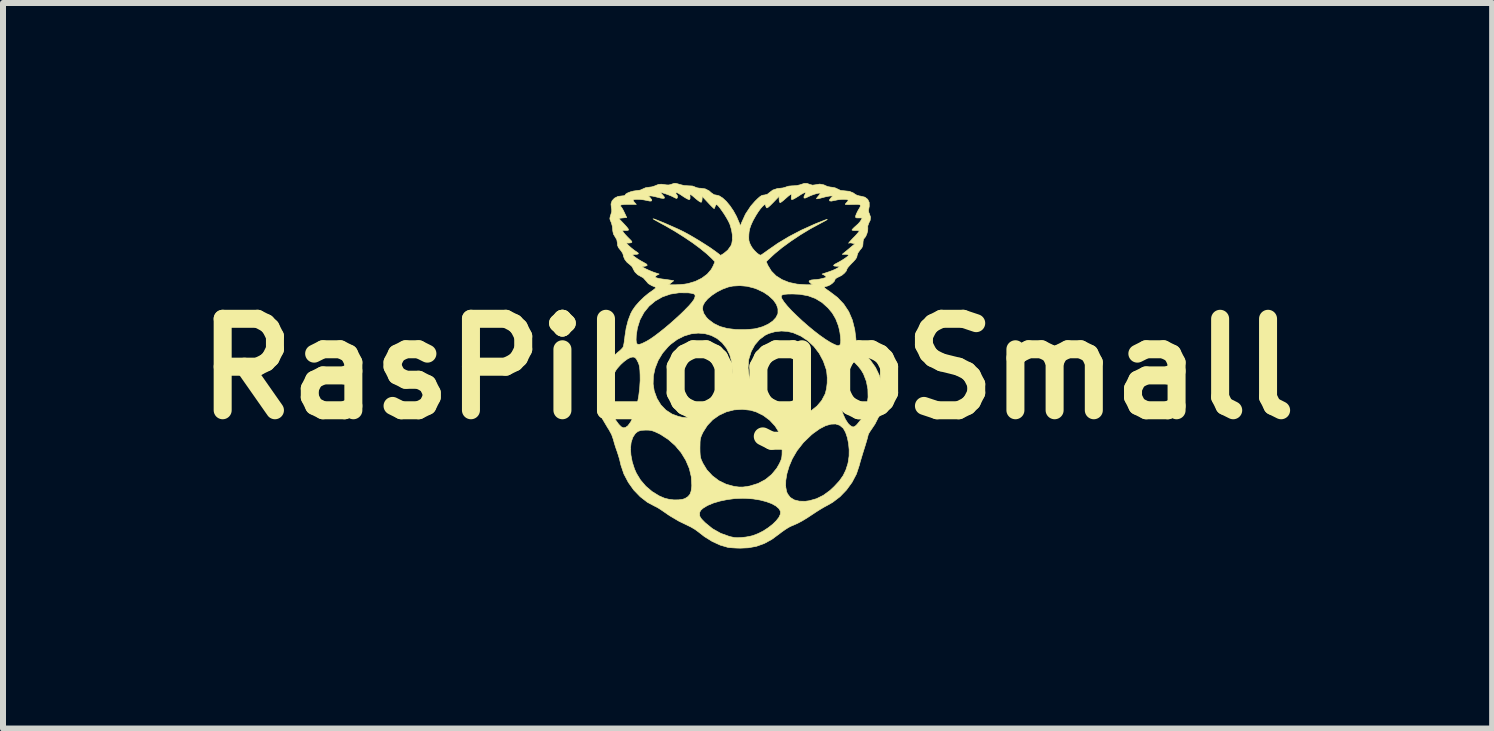
<source format=kicad_pcb>
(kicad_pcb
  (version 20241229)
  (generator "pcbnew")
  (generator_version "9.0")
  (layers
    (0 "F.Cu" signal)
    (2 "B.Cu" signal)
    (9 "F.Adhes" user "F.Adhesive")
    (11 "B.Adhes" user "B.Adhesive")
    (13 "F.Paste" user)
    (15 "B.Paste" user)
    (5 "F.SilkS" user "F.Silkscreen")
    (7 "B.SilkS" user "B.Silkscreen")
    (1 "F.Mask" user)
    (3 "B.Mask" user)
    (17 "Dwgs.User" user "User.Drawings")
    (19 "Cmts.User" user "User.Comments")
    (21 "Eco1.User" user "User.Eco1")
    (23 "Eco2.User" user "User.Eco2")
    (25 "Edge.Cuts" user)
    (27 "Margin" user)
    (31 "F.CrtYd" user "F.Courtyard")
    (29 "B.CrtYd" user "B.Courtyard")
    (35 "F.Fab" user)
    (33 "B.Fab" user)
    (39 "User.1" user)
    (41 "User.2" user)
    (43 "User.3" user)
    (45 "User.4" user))
  (footprint "RasPiLogoSmall"
    (layer "F.Cu")
    (at 9.184 3.022)
    (property "Reference" "RasPiLogoSmall" (at 0.221 0.074 0) (layer "F.SilkS") (effects (font (size 1.524 1.524) (thickness 0.3))))
    (attr through_hole)
    (fp_poly (pts (xy -0.934 -3.007) (xy -0.913 -3) (xy -0.837 -2.981) (xy -0.762 -2.976) (xy -0.698 -2.973) (xy -0.657 -2.958) (xy -0.656 -2.957) (xy -0.624 -2.944) (xy -0.578 -2.936) (xy -0.56 -2.936) (xy -0.483 -2.925) (xy -0.419 -2.892) (xy -0.382 -2.859) (xy -0.337 -2.828) (xy -0.303 -2.822) (xy -0.251 -2.809) (xy -0.194 -2.773) (xy -0.133 -2.717) (xy -0.073 -2.645) (xy -0.015 -2.56) (xy 0.037 -2.466) (xy 0.08 -2.365) (xy 0.084 -2.357) (xy 0.101 -2.307) (xy 0.121 -2.36) (xy 0.187 -2.505) (xy 0.275 -2.638) (xy 0.347 -2.72) (xy 0.396 -2.768) (xy 0.431 -2.798) (xy 0.458 -2.815) (xy 0.482 -2.821) (xy 0.497 -2.822) (xy 0.549 -2.834) (xy 0.578 -2.857) (xy 0.641 -2.905) (xy 0.718 -2.931) (xy 0.761 -2.935) (xy 0.811 -2.941) (xy 0.856 -2.954) (xy 0.862 -2.957) (xy 0.908 -2.971) (xy 0.967 -2.976) (xy 0.978 -2.976) (xy 1.039 -2.98) (xy 1.096 -2.993) (xy 1.106 -2.997) (xy 1.165 -3.016) (xy 1.213 -3.016) (xy 1.259 -2.999) (xy 1.303 -2.987) (xy 1.344 -2.992) (xy 1.424 -3.005) (xy 1.493 -2.992) (xy 1.517 -2.98) (xy 1.559 -2.963) (xy 1.61 -2.954) (xy 1.622 -2.953) (xy 1.681 -2.942) (xy 1.724 -2.922) (xy 1.772 -2.899) (xy 1.833 -2.893) (xy 1.919 -2.884) (xy 1.986 -2.856) (xy 2.011 -2.837) (xy 2.042 -2.82) (xy 2.087 -2.807) (xy 2.107 -2.804) (xy 2.176 -2.787) (xy 2.223 -2.751) (xy 2.248 -2.7) (xy 2.249 -2.635) (xy 2.244 -2.61) (xy 2.236 -2.566) (xy 2.242 -2.53) (xy 2.25 -2.513) (xy 2.27 -2.455) (xy 2.264 -2.4) (xy 2.244 -2.361) (xy 2.224 -2.307) (xy 2.225 -2.268) (xy 2.223 -2.227) (xy 2.209 -2.177) (xy 2.189 -2.131) (xy 2.165 -2.1) (xy 2.159 -2.096) (xy 2.151 -2.077) (xy 2.145 -2.041) (xy 2.145 -2.024) (xy 2.141 -1.98) (xy 2.126 -1.944) (xy 2.095 -1.907) (xy 2.06 -1.857) (xy 2.046 -1.815) (xy 2.046 -1.813) (xy 2.04 -1.785) (xy 2.019 -1.752) (xy 1.98 -1.708) (xy 1.961 -1.69) (xy 1.923 -1.65) (xy 1.893 -1.615) (xy 1.878 -1.592) (xy 1.877 -1.588) (xy 1.865 -1.556) (xy 1.835 -1.521) (xy 1.793 -1.486) (xy 1.746 -1.461) (xy 1.742 -1.46) (xy 1.705 -1.441) (xy 1.682 -1.423) (xy 1.679 -1.415) (xy 1.668 -1.388) (xy 1.638 -1.356) (xy 1.599 -1.327) (xy 1.558 -1.308) (xy 1.544 -1.304) (xy 1.512 -1.296) (xy 1.496 -1.287) (xy 1.496 -1.286) (xy 1.507 -1.274) (xy 1.536 -1.251) (xy 1.578 -1.222) (xy 1.591 -1.213) (xy 1.72 -1.115) (xy 1.824 -1.005) (xy 1.907 -0.88) (xy 1.967 -0.74) (xy 2.007 -0.581) (xy 2.025 -0.439) (xy 2.035 -0.306) (xy 2.154 -0.192) (xy 2.266 -0.072) (xy 2.353 0.05) (xy 2.416 0.18) (xy 2.458 0.32) (xy 2.463 0.348) (xy 2.479 0.454) (xy 2.482 0.548) (xy 2.472 0.645) (xy 2.461 0.701) (xy 2.417 0.85) (xy 2.345 0.993) (xy 2.292 1.072) (xy 2.262 1.116) (xy 2.239 1.154) (xy 2.23 1.178) (xy 2.23 1.179) (xy 2.225 1.2) (xy 2.214 1.242) (xy 2.197 1.3) (xy 2.176 1.369) (xy 2.168 1.394) (xy 2.143 1.474) (xy 2.119 1.553) (xy 2.098 1.624) (xy 2.084 1.678) (xy 2.082 1.684) (xy 2.035 1.826) (xy 1.962 1.964) (xy 1.87 2.091) (xy 1.761 2.204) (xy 1.639 2.297) (xy 1.552 2.347) (xy 1.503 2.373) (xy 1.44 2.41) (xy 1.371 2.453) (xy 1.309 2.494) (xy 1.212 2.558) (xy 1.129 2.608) (xy 1.054 2.648) (xy 0.979 2.681) (xy 0.945 2.695) (xy 0.904 2.716) (xy 0.85 2.75) (xy 0.79 2.792) (xy 0.754 2.82) (xy 0.625 2.915) (xy 0.498 2.984) (xy 0.369 3.03) (xy 0.233 3.055) (xy 0.1 3.061) (xy 0.031 3.059) (xy -0.034 3.055) (xy -0.085 3.051) (xy -0.106 3.048) (xy -0.235 3.01) (xy -0.368 2.949) (xy -0.498 2.868) (xy -0.593 2.794) (xy -0.651 2.751) (xy -0.72 2.71) (xy -0.777 2.682) (xy -0.922 2.612) (xy -1.073 2.523) (xy -1.114 2.495) (xy -0.579 2.495) (xy -0.576 2.522) (xy -0.566 2.547) (xy -0.545 2.576) (xy -0.508 2.614) (xy -0.483 2.639) (xy -0.363 2.737) (xy -0.226 2.814) (xy -0.078 2.867) (xy 0 2.884) (xy 0.05 2.887) (xy 0.118 2.884) (xy 0.193 2.876) (xy 0.264 2.863) (xy 0.312 2.851) (xy 0.4 2.817) (xy 0.486 2.773) (xy 0.567 2.72) (xy 0.64 2.663) (xy 0.699 2.605) (xy 0.744 2.548) (xy 0.768 2.495) (xy 0.771 2.45) (xy 0.745 2.403) (xy 0.695 2.359) (xy 0.623 2.319) (xy 0.533 2.286) (xy 0.429 2.259) (xy 0.313 2.24) (xy 0.19 2.231) (xy 0.135 2.23) (xy 0.008 2.235) (xy -0.119 2.252) (xy -0.24 2.277) (xy -0.351 2.31) (xy -0.446 2.35) (xy -0.518 2.394) (xy -0.526 2.4) (xy -0.56 2.432) (xy -0.575 2.462) (xy -0.579 2.495) (xy -1.114 2.495) (xy -1.174 2.454) (xy -1.225 2.419) (xy -1.274 2.388) (xy -1.313 2.367) (xy -1.317 2.366) (xy -1.447 2.297) (xy -1.567 2.204) (xy -1.675 2.092) (xy -1.766 1.964) (xy -1.839 1.825) (xy -1.889 1.677) (xy -1.897 1.642) (xy -1.912 1.579) (xy -1.934 1.506) (xy -1.957 1.436) (xy -1.959 1.432) (xy -1.97 1.4) (xy -1.729 1.4) (xy -1.722 1.509) (xy -1.7 1.625) (xy -1.662 1.743) (xy -1.631 1.813) (xy -1.563 1.925) (xy -1.474 2.029) (xy -1.368 2.119) (xy -1.252 2.19) (xy -1.164 2.228) (xy -1.088 2.247) (xy -1.006 2.257) (xy -0.926 2.256) (xy -0.857 2.246) (xy -0.819 2.233) (xy -0.771 2.202) (xy -0.738 2.163) (xy -0.719 2.11) (xy -0.709 2.037) (xy -0.708 2.013) (xy -0.716 1.873) (xy -0.749 1.734) (xy -0.807 1.598) (xy -0.885 1.47) (xy -0.953 1.389) (xy -0.572 1.389) (xy -0.571 1.46) (xy -0.568 1.511) (xy -0.562 1.55) (xy -0.551 1.586) (xy -0.532 1.627) (xy -0.527 1.64) (xy -0.457 1.756) (xy -0.365 1.855) (xy -0.257 1.937) (xy -0.135 1.996) (xy -0.007 2.031) (xy 0.073 2.042) (xy 0.142 2.043) (xy 0.212 2.034) (xy 0.856 2.034) (xy 0.872 2.12) (xy 0.887 2.155) (xy 0.933 2.216) (xy 0.999 2.257) (xy 1.083 2.278) (xy 1.183 2.28) (xy 1.25 2.271) (xy 1.37 2.237) (xy 1.485 2.18) (xy 1.597 2.098) (xy 1.666 2.033) (xy 1.751 1.941) (xy 1.814 1.852) (xy 1.859 1.759) (xy 1.892 1.656) (xy 1.899 1.623) (xy 1.913 1.525) (xy 1.914 1.421) (xy 1.904 1.317) (xy 1.884 1.219) (xy 1.855 1.133) (xy 1.819 1.068) (xy 1.812 1.06) (xy 1.757 1.014) (xy 1.689 0.992) (xy 1.61 0.995) (xy 1.521 1.021) (xy 1.424 1.071) (xy 1.321 1.144) (xy 1.287 1.171) (xy 1.152 1.301) (xy 1.044 1.439) (xy 0.966 1.573) (xy 0.913 1.699) (xy 0.877 1.82) (xy 0.858 1.933) (xy 0.856 2.034) (xy 0.212 2.034) (xy 0.215 2.034) (xy 0.261 2.025) (xy 0.397 1.983) (xy 0.518 1.919) (xy 0.622 1.834) (xy 0.707 1.731) (xy 0.749 1.658) (xy 0.77 1.614) (xy 0.784 1.579) (xy 0.792 1.544) (xy 0.796 1.501) (xy 0.797 1.443) (xy 0.797 1.397) (xy 0.797 1.326) (xy 0.795 1.275) (xy 0.789 1.236) (xy 0.779 1.201) (xy 0.762 1.163) (xy 0.749 1.136) (xy 0.68 1.026) (xy 0.59 0.929) (xy 0.483 0.849) (xy 0.365 0.791) (xy 0.271 0.763) (xy 0.133 0.748) (xy -0.003 0.757) (xy -0.132 0.79) (xy -0.252 0.846) (xy -0.359 0.921) (xy -0.449 1.016) (xy -0.519 1.126) (xy -0.542 1.174) (xy -0.557 1.212) (xy -0.566 1.248) (xy -0.57 1.291) (xy -0.571 1.348) (xy -0.572 1.389) (xy -0.953 1.389) (xy -0.983 1.353) (xy -1.098 1.251) (xy -1.228 1.166) (xy -1.27 1.145) (xy -1.329 1.118) (xy -1.376 1.102) (xy -1.422 1.095) (xy -1.477 1.094) (xy -1.552 1.098) (xy -1.606 1.116) (xy -1.648 1.15) (xy -1.684 1.204) (xy -1.693 1.221) (xy -1.719 1.302) (xy -1.729 1.4) (xy -1.97 1.4) (xy -1.981 1.368) (xy -2.001 1.302) (xy -2.016 1.247) (xy -2.018 1.242) (xy -2.043 1.17) (xy -2.087 1.089) (xy -2.106 1.06) (xy -2.192 0.915) (xy -2.249 0.77) (xy -2.278 0.623) (xy -2.28 0.515) (xy -2.093 0.515) (xy -2.084 0.646) (xy -2.058 0.76) (xy -2.014 0.864) (xy -1.974 0.93) (xy -1.926 0.996) (xy -1.885 1.038) (xy -1.849 1.056) (xy -1.814 1.051) (xy -1.777 1.025) (xy -1.771 1.02) (xy -1.727 0.96) (xy -1.685 0.877) (xy -1.648 0.775) (xy -1.617 0.658) (xy -1.593 0.532) (xy -1.576 0.4) (xy -1.572 0.326) (xy -1.352 0.326) (xy -1.334 0.442) (xy -1.288 0.567) (xy -1.223 0.674) (xy -1.139 0.761) (xy -1.037 0.827) (xy -0.931 0.866) (xy -0.86 0.882) (xy -0.796 0.887) (xy -0.727 0.881) (xy -0.66 0.868) (xy -0.527 0.826) (xy -0.403 0.757) (xy -0.289 0.662) (xy -0.269 0.641) (xy -0.172 0.521) (xy -0.099 0.392) (xy -0.052 0.258) (xy -0.032 0.12) (xy -0.035 0.06) (xy 0.23 0.06) (xy 0.247 0.192) (xy 0.287 0.321) (xy 0.348 0.444) (xy 0.427 0.558) (xy 0.524 0.658) (xy 0.635 0.74) (xy 0.757 0.803) (xy 0.79 0.815) (xy 0.893 0.839) (xy 1.003 0.847) (xy 1.11 0.837) (xy 1.179 0.819) (xy 1.285 0.768) (xy 1.378 0.694) (xy 1.456 0.602) (xy 1.512 0.496) (xy 1.518 0.48) (xy 1.537 0.403) (xy 1.548 0.31) (xy 1.549 0.213) (xy 1.548 0.205) (xy 1.706 0.205) (xy 1.711 0.341) (xy 1.726 0.475) (xy 1.748 0.603) (xy 1.777 0.723) (xy 1.813 0.829) (xy 1.853 0.917) (xy 1.897 0.984) (xy 1.928 1.015) (xy 1.963 1.038) (xy 1.991 1.041) (xy 2.021 1.023) (xy 2.046 0.999) (xy 2.121 0.906) (xy 2.176 0.796) (xy 2.213 0.673) (xy 2.229 0.544) (xy 2.226 0.412) (xy 2.201 0.282) (xy 2.154 0.16) (xy 2.15 0.152) (xy 2.114 0.092) (xy 2.067 0.032) (xy 2.013 -0.025) (xy 1.957 -0.076) (xy 1.904 -0.115) (xy 1.856 -0.14) (xy 1.819 -0.147) (xy 1.812 -0.146) (xy 1.773 -0.121) (xy 1.744 -0.078) (xy 1.724 -0.016) (xy 1.711 0.069) (xy 1.707 0.178) (xy 1.706 0.205) (xy 1.548 0.205) (xy 1.54 0.123) (xy 1.533 0.085) (xy 1.484 -0.056) (xy 1.415 -0.185) (xy 1.327 -0.3) (xy 1.223 -0.397) (xy 1.107 -0.474) (xy 0.981 -0.528) (xy 0.888 -0.55) (xy 0.785 -0.557) (xy 0.677 -0.545) (xy 0.575 -0.516) (xy 0.513 -0.486) (xy 0.419 -0.415) (xy 0.341 -0.324) (xy 0.282 -0.215) (xy 0.244 -0.093) (xy 0.239 -0.071) (xy 0.23 0.06) (xy -0.035 0.06) (xy -0.039 -0.02) (xy -0.041 -0.036) (xy -0.076 -0.163) (xy -0.13 -0.271) (xy -0.201 -0.361) (xy -0.286 -0.432) (xy -0.383 -0.483) (xy -0.489 -0.513) (xy -0.601 -0.522) (xy -0.717 -0.51) (xy -0.834 -0.475) (xy -0.95 -0.417) (xy -1.061 -0.335) (xy -1.102 -0.296) (xy -1.195 -0.188) (xy -1.268 -0.067) (xy -1.319 0.062) (xy -1.348 0.194) (xy -1.352 0.326) (xy -1.572 0.326) (xy -1.568 0.267) (xy -1.569 0.178) (xy -1.572 0.103) (xy -1.577 0.049) (xy -1.586 0.007) (xy -1.599 -0.029) (xy -1.609 -0.049) (xy -1.632 -0.092) (xy -1.653 -0.114) (xy -1.679 -0.123) (xy -1.688 -0.124) (xy -1.729 -0.117) (xy -1.781 -0.09) (xy -1.838 -0.048) (xy -1.895 0.004) (xy -1.948 0.064) (xy -1.97 0.094) (xy -2.031 0.2) (xy -2.07 0.308) (xy -2.09 0.426) (xy -2.093 0.515) (xy -2.28 0.515) (xy -2.281 0.474) (xy -2.269 0.385) (xy -2.232 0.238) (xy -2.175 0.099) (xy -2.102 -0.027) (xy -2.014 -0.135) (xy -1.945 -0.198) (xy -1.903 -0.233) (xy -1.87 -0.266) (xy -1.853 -0.287) (xy -1.845 -0.313) (xy -1.836 -0.36) (xy -1.829 -0.41) (xy -1.636 -0.41) (xy -1.631 -0.362) (xy -1.615 -0.337) (xy -1.585 -0.333) (xy -1.538 -0.348) (xy -1.471 -0.381) (xy -1.466 -0.383) (xy -1.404 -0.42) (xy -1.33 -0.471) (xy -1.247 -0.534) (xy -1.159 -0.604) (xy -1.069 -0.68) (xy -0.981 -0.758) (xy -0.896 -0.836) (xy -0.82 -0.91) (xy -0.813 -0.918) (xy -0.529 -0.918) (xy -0.509 -0.851) (xy -0.465 -0.785) (xy -0.431 -0.75) (xy -0.341 -0.682) (xy -0.238 -0.632) (xy -0.117 -0.599) (xy 0.023 -0.582) (xy 0.113 -0.58) (xy 0.19 -0.581) (xy 0.267 -0.586) (xy 0.335 -0.593) (xy 0.369 -0.599) (xy 0.474 -0.629) (xy 0.565 -0.671) (xy 0.64 -0.722) (xy 0.694 -0.78) (xy 0.725 -0.842) (xy 0.728 -0.854) (xy 0.728 -0.927) (xy 0.702 -1.001) (xy 0.652 -1.073) (xy 0.58 -1.14) (xy 0.578 -1.142) (xy 0.783 -1.142) (xy 0.784 -1.118) (xy 0.795 -1.092) (xy 0.831 -1.037) (xy 0.886 -0.97) (xy 0.957 -0.893) (xy 1.041 -0.811) (xy 1.133 -0.725) (xy 1.23 -0.64) (xy 1.328 -0.559) (xy 1.424 -0.485) (xy 1.513 -0.422) (xy 1.593 -0.372) (xy 1.629 -0.352) (xy 1.682 -0.327) (xy 1.717 -0.314) (xy 1.74 -0.314) (xy 1.757 -0.324) (xy 1.764 -0.331) (xy 1.772 -0.359) (xy 1.774 -0.407) (xy 1.769 -0.469) (xy 1.759 -0.54) (xy 1.743 -0.612) (xy 1.733 -0.649) (xy 1.69 -0.76) (xy 1.633 -0.857) (xy 1.562 -0.942) (xy 1.462 -1.032) (xy 1.352 -1.099) (xy 1.23 -1.144) (xy 1.092 -1.169) (xy 0.976 -1.174) (xy 0.892 -1.173) (xy 0.834 -1.168) (xy 0.799 -1.158) (xy 0.783 -1.142) (xy 0.578 -1.142) (xy 0.49 -1.202) (xy 0.381 -1.254) (xy 0.332 -1.272) (xy 0.216 -1.302) (xy 0.094 -1.313) (xy -0.024 -1.306) (xy -0.1 -1.29) (xy -0.195 -1.255) (xy -0.288 -1.208) (xy -0.371 -1.153) (xy -0.442 -1.094) (xy -0.494 -1.033) (xy -0.522 -0.98) (xy -0.529 -0.918) (xy -0.813 -0.918) (xy -0.755 -0.977) (xy -0.705 -1.035) (xy -0.672 -1.081) (xy -0.664 -1.097) (xy -0.652 -1.135) (xy -0.655 -1.161) (xy -0.677 -1.177) (xy -0.721 -1.187) (xy -0.766 -1.193) (xy -0.92 -1.194) (xy -1.064 -1.172) (xy -1.197 -1.126) (xy -1.316 -1.058) (xy -1.42 -0.971) (xy -1.505 -0.866) (xy -1.571 -0.744) (xy -1.614 -0.608) (xy -1.633 -0.484) (xy -1.636 -0.41) (xy -1.829 -0.41) (xy -1.827 -0.421) (xy -1.822 -0.47) (xy -1.801 -0.606) (xy -1.768 -0.734) (xy -1.725 -0.847) (xy -1.697 -0.9) (xy -1.647 -0.972) (xy -1.58 -1.048) (xy -1.503 -1.123) (xy -1.424 -1.188) (xy -1.395 -1.208) (xy -1.351 -1.239) (xy -1.32 -1.264) (xy -1.305 -1.279) (xy -1.305 -1.282) (xy -1.323 -1.292) (xy -1.357 -1.306) (xy -1.373 -1.312) (xy -1.432 -1.347) (xy -1.471 -1.393) (xy -1.516 -1.443) (xy -1.559 -1.467) (xy -1.609 -1.495) (xy -1.654 -1.539) (xy -1.684 -1.59) (xy -1.688 -1.602) (xy -1.705 -1.632) (xy -1.737 -1.661) (xy -1.743 -1.666) (xy -1.788 -1.703) (xy -1.824 -1.75) (xy -1.845 -1.798) (xy -1.849 -1.82) (xy -1.858 -1.849) (xy -1.881 -1.886) (xy -1.898 -1.907) (xy -1.93 -1.948) (xy -1.945 -1.985) (xy -1.947 -2.019) (xy -1.957 -2.078) (xy -1.986 -2.127) (xy -2.013 -2.172) (xy -2.024 -2.223) (xy -2.026 -2.249) (xy -2.032 -2.304) (xy -2.047 -2.358) (xy -2.054 -2.375) (xy -2.069 -2.409) (xy -2.073 -2.434) (xy -1.926 -2.434) (xy -1.836 -2.339) (xy -1.794 -2.293) (xy -1.77 -2.263) (xy -1.762 -2.245) (xy -1.767 -2.236) (xy -1.769 -2.235) (xy -1.801 -2.231) (xy -1.828 -2.233) (xy -1.853 -2.234) (xy -1.86 -2.224) (xy -1.847 -2.2) (xy -1.814 -2.161) (xy -1.777 -2.122) (xy -1.736 -2.081) (xy -1.712 -2.055) (xy -1.705 -2.04) (xy -1.71 -2.032) (xy -1.726 -2.027) (xy -1.728 -2.026) (xy -1.76 -2.022) (xy -1.779 -2.025) (xy -1.791 -2.024) (xy -1.792 -2.02) (xy -1.782 -2.003) (xy -1.755 -1.976) (xy -1.718 -1.943) (xy -1.677 -1.91) (xy -1.64 -1.884) (xy -1.633 -1.88) (xy -1.602 -1.857) (xy -1.598 -1.843) (xy -1.622 -1.835) (xy -1.644 -1.834) (xy -1.677 -1.832) (xy -1.693 -1.825) (xy -1.693 -1.824) (xy -1.682 -1.81) (xy -1.652 -1.787) (xy -1.61 -1.758) (xy -1.561 -1.728) (xy -1.512 -1.701) (xy -1.498 -1.693) (xy -1.46 -1.671) (xy -1.45 -1.653) (xy -1.468 -1.641) (xy -1.503 -1.634) (xy -1.526 -1.631) (xy -1.531 -1.625) (xy -1.516 -1.615) (xy -1.478 -1.595) (xy -1.475 -1.593) (xy -1.417 -1.566) (xy -1.353 -1.54) (xy -1.328 -1.531) (xy -1.251 -1.506) (xy -1.29 -1.486) (xy -1.315 -1.468) (xy -1.316 -1.453) (xy -1.291 -1.441) (xy -1.24 -1.429) (xy -1.19 -1.422) (xy -1.132 -1.415) (xy -1.081 -1.407) (xy -1.047 -1.402) (xy -1.044 -1.401) (xy -1.009 -1.395) (xy -1.094 -1.327) (xy -0.981 -1.327) (xy -0.91 -1.33) (xy -0.833 -1.337) (xy -0.771 -1.347) (xy -0.648 -1.384) (xy -0.541 -1.437) (xy -0.451 -1.504) (xy -0.384 -1.582) (xy -0.353 -1.639) (xy -0.322 -1.711) (xy -0.376 -1.767) (xy -0.461 -1.846) (xy -0.568 -1.933) (xy -0.693 -2.026) (xy -0.834 -2.121) (xy -0.986 -2.217) (xy -1.146 -2.31) (xy -1.242 -2.362) (xy -1.292 -2.39) (xy -1.33 -2.411) (xy -1.35 -2.424) (xy -1.353 -2.427) (xy -1.332 -2.422) (xy -1.29 -2.406) (xy -1.233 -2.383) (xy -1.164 -2.355) (xy -1.088 -2.322) (xy -1.011 -2.288) (xy -0.937 -2.255) (xy -0.87 -2.223) (xy -0.848 -2.212) (xy -0.773 -2.172) (xy -0.684 -2.121) (xy -0.587 -2.063) (xy -0.49 -2.002) (xy -0.399 -1.943) (xy -0.321 -1.888) (xy -0.266 -1.847) (xy -0.228 -1.817) (xy -0.178 -1.847) (xy -0.108 -1.905) (xy -0.057 -1.976) (xy -0.042 -2.012) (xy -0.031 -2.077) (xy -0.031 -2.106) (xy 0.241 -2.106) (xy 0.244 -2.063) (xy 0.256 -2.024) (xy 0.274 -1.984) (xy 0.301 -1.94) (xy 0.338 -1.895) (xy 0.378 -1.856) (xy 0.414 -1.829) (xy 0.439 -1.82) (xy 0.454 -1.828) (xy 0.486 -1.85) (xy 0.53 -1.881) (xy 0.56 -1.903) (xy 0.727 -2.019) (xy 0.914 -2.131) (xy 1.117 -2.237) (xy 1.327 -2.332) (xy 1.367 -2.349) (xy 1.451 -2.382) (xy 1.509 -2.405) (xy 1.542 -2.416) (xy 1.55 -2.415) (xy 1.533 -2.404) (xy 1.492 -2.381) (xy 1.439 -2.353) (xy 1.267 -2.26) (xy 1.1 -2.159) (xy 0.943 -2.054) (xy 0.8 -1.95) (xy 0.676 -1.848) (xy 0.63 -1.806) (xy 0.532 -1.713) (xy 0.561 -1.648) (xy 0.618 -1.555) (xy 0.696 -1.476) (xy 0.796 -1.413) (xy 0.913 -1.366) (xy 1.047 -1.338) (xy 1.185 -1.328) (xy 1.305 -1.327) (xy 1.27 -1.355) (xy 1.248 -1.376) (xy 1.247 -1.389) (xy 1.256 -1.397) (xy 1.285 -1.407) (xy 1.321 -1.411) (xy 1.365 -1.414) (xy 1.417 -1.421) (xy 1.468 -1.432) (xy 1.508 -1.443) (xy 1.529 -1.452) (xy 1.527 -1.467) (xy 1.503 -1.485) (xy 1.502 -1.486) (xy 1.463 -1.506) (xy 1.578 -1.544) (xy 1.635 -1.565) (xy 1.685 -1.587) (xy 1.719 -1.605) (xy 1.725 -1.609) (xy 1.757 -1.636) (xy 1.704 -1.636) (xy 1.665 -1.64) (xy 1.654 -1.65) (xy 1.67 -1.667) (xy 1.702 -1.684) (xy 1.749 -1.709) (xy 1.8 -1.739) (xy 1.846 -1.769) (xy 1.882 -1.796) (xy 1.903 -1.815) (xy 1.905 -1.82) (xy 1.893 -1.829) (xy 1.862 -1.835) (xy 1.852 -1.835) (xy 1.799 -1.835) (xy 1.834 -1.864) (xy 1.864 -1.888) (xy 1.906 -1.923) (xy 1.939 -1.951) (xy 2.009 -2.009) (xy 1.969 -2.02) (xy 1.936 -2.026) (xy 1.917 -2.024) (xy 1.905 -2.019) (xy 1.912 -2.031) (xy 1.939 -2.062) (xy 1.985 -2.111) (xy 1.998 -2.123) (xy 2.037 -2.165) (xy 2.066 -2.199) (xy 2.081 -2.221) (xy 2.082 -2.227) (xy 2.063 -2.231) (xy 2.028 -2.232) (xy 2.017 -2.231) (xy 1.982 -2.232) (xy 1.963 -2.238) (xy 1.961 -2.241) (xy 1.972 -2.256) (xy 1.998 -2.283) (xy 2.025 -2.307) (xy 2.065 -2.343) (xy 2.097 -2.38) (xy 2.11 -2.4) (xy 2.132 -2.441) (xy 2.073 -2.441) (xy 2.037 -2.442) (xy 2.022 -2.45) (xy 2.021 -2.468) (xy 2.024 -2.48) (xy 2.037 -2.514) (xy 2.059 -2.559) (xy 2.075 -2.586) (xy 2.096 -2.622) (xy 2.103 -2.646) (xy 2.094 -2.66) (xy 2.066 -2.666) (xy 2.016 -2.666) (xy 1.962 -2.665) (xy 1.91 -2.663) (xy 1.87 -2.664) (xy 1.85 -2.667) (xy 1.849 -2.668) (xy 1.858 -2.683) (xy 1.876 -2.702) (xy 1.895 -2.725) (xy 1.897 -2.739) (xy 1.877 -2.748) (xy 1.838 -2.751) (xy 1.786 -2.75) (xy 1.729 -2.744) (xy 1.676 -2.733) (xy 1.669 -2.732) (xy 1.617 -2.721) (xy 1.589 -2.725) (xy 1.586 -2.742) (xy 1.608 -2.772) (xy 1.61 -2.774) (xy 1.642 -2.808) (xy 1.607 -2.808) (xy 1.577 -2.804) (xy 1.529 -2.795) (xy 1.475 -2.781) (xy 1.475 -2.781) (xy 1.426 -2.768) (xy 1.389 -2.761) (xy 1.371 -2.76) (xy 1.37 -2.76) (xy 1.375 -2.773) (xy 1.394 -2.797) (xy 1.402 -2.806) (xy 1.424 -2.833) (xy 1.432 -2.851) (xy 1.431 -2.854) (xy 1.413 -2.855) (xy 1.376 -2.848) (xy 1.329 -2.834) (xy 1.28 -2.816) (xy 1.235 -2.796) (xy 1.224 -2.79) (xy 1.183 -2.772) (xy 1.162 -2.773) (xy 1.161 -2.794) (xy 1.174 -2.823) (xy 1.187 -2.852) (xy 1.182 -2.864) (xy 1.159 -2.858) (xy 1.115 -2.834) (xy 1.065 -2.801) (xy 1.019 -2.773) (xy 0.982 -2.753) (xy 0.959 -2.746) (xy 0.957 -2.746) (xy 0.949 -2.765) (xy 0.951 -2.796) (xy 0.953 -2.824) (xy 0.946 -2.836) (xy 0.946 -2.836) (xy 0.93 -2.827) (xy 0.9 -2.804) (xy 0.862 -2.771) (xy 0.856 -2.766) (xy 0.817 -2.731) (xy 0.784 -2.706) (xy 0.765 -2.695) (xy 0.764 -2.695) (xy 0.753 -2.708) (xy 0.748 -2.739) (xy 0.747 -2.748) (xy 0.747 -2.801) (xy 0.647 -2.697) (xy 0.599 -2.649) (xy 0.566 -2.62) (xy 0.546 -2.608) (xy 0.535 -2.612) (xy 0.524 -2.64) (xy 0.522 -2.649) (xy 0.515 -2.664) (xy 0.497 -2.658) (xy 0.47 -2.633) (xy 0.436 -2.594) (xy 0.399 -2.543) (xy 0.361 -2.483) (xy 0.324 -2.418) (xy 0.307 -2.386) (xy 0.277 -2.319) (xy 0.258 -2.264) (xy 0.247 -2.21) (xy 0.243 -2.164) (xy 0.241 -2.106) (xy -0.031 -2.106) (xy -0.032 -2.158) (xy -0.046 -2.244) (xy -0.071 -2.329) (xy -0.076 -2.342) (xy -0.098 -2.388) (xy -0.129 -2.443) (xy -0.165 -2.502) (xy -0.204 -2.559) (xy -0.24 -2.608) (xy -0.27 -2.645) (xy -0.291 -2.663) (xy -0.292 -2.664) (xy -0.308 -2.656) (xy -0.319 -2.633) (xy -0.328 -2.606) (xy -0.335 -2.596) (xy -0.348 -2.606) (xy -0.375 -2.632) (xy -0.412 -2.67) (xy -0.439 -2.699) (xy -0.535 -2.801) (xy -0.536 -2.756) (xy -0.54 -2.722) (xy -0.55 -2.702) (xy -0.551 -2.702) (xy -0.567 -2.707) (xy -0.598 -2.727) (xy -0.637 -2.758) (xy -0.645 -2.765) (xy -0.684 -2.799) (xy -0.716 -2.824) (xy -0.733 -2.836) (xy -0.734 -2.836) (xy -0.739 -2.824) (xy -0.737 -2.796) (xy -0.737 -2.764) (xy -0.746 -2.746) (xy -0.764 -2.749) (xy -0.798 -2.766) (xy -0.841 -2.792) (xy -0.854 -2.801) (xy -0.899 -2.831) (xy -0.936 -2.853) (xy -0.958 -2.864) (xy -0.96 -2.865) (xy -0.973 -2.856) (xy -0.969 -2.838) (xy -0.96 -2.829) (xy -0.948 -2.811) (xy -0.946 -2.786) (xy -0.955 -2.768) (xy -0.961 -2.766) (xy -0.983 -2.773) (xy -1.016 -2.79) (xy -1.021 -2.793) (xy -1.053 -2.808) (xy -1.098 -2.826) (xy -1.148 -2.844) (xy -1.193 -2.858) (xy -1.223 -2.864) (xy -1.226 -2.865) (xy -1.222 -2.856) (xy -1.203 -2.833) (xy -1.193 -2.823) (xy -1.167 -2.791) (xy -1.163 -2.772) (xy -1.184 -2.766) (xy -1.228 -2.772) (xy -1.266 -2.782) (xy -1.319 -2.795) (xy -1.366 -2.805) (xy -1.396 -2.808) (xy -1.43 -2.808) (xy -1.398 -2.774) (xy -1.375 -2.743) (xy -1.377 -2.725) (xy -1.403 -2.721) (xy -1.454 -2.731) (xy -1.457 -2.732) (xy -1.509 -2.742) (xy -1.565 -2.749) (xy -1.619 -2.751) (xy -1.661 -2.749) (xy -1.684 -2.742) (xy -1.684 -2.742) (xy -1.682 -2.727) (xy -1.665 -2.702) (xy -1.663 -2.7) (xy -1.632 -2.667) (xy -1.761 -2.667) (xy -1.833 -2.665) (xy -1.88 -2.659) (xy -1.901 -2.649) (xy -1.895 -2.635) (xy -1.89 -2.631) (xy -1.876 -2.614) (xy -1.855 -2.579) (xy -1.833 -2.535) (xy -1.792 -2.448) (xy -1.859 -2.441) (xy -1.926 -2.434) (xy -2.073 -2.434) (xy -2.073 -2.435) (xy -2.066 -2.467) (xy -2.057 -2.496) (xy -2.042 -2.545) (xy -2.042 -2.584) (xy -2.048 -2.612) (xy -2.054 -2.673) (xy -2.036 -2.727) (xy -1.996 -2.77) (xy -1.939 -2.799) (xy -1.87 -2.808) (xy -1.837 -2.811) (xy -1.821 -2.818) (xy -1.82 -2.82) (xy -1.808 -2.838) (xy -1.775 -2.858) (xy -1.729 -2.876) (xy -1.679 -2.889) (xy -1.636 -2.895) (xy -1.568 -2.904) (xy -1.523 -2.924) (xy -1.478 -2.944) (xy -1.425 -2.952) (xy -1.371 -2.959) (xy -1.317 -2.977) (xy -1.309 -2.981) (xy -1.263 -2.999) (xy -1.216 -3.003) (xy -1.188 -3) (xy -1.134 -2.992) (xy -1.099 -2.99) (xy -1.072 -2.994) (xy -1.044 -3.003) (xy -1.033 -3.007) (xy -1.002 -3.017) (xy -0.973 -3.017) (xy -0.934 -3.007)) (stroke (width 0.01) (type solid)) (fill yes) (layer "F.SilkS"))
    (fp_poly (pts (xy -1.369 -2.434) (xy -1.376 -2.427) (xy -1.383 -2.434) (xy -1.376 -2.441) (xy -1.369 -2.434)) (stroke (width 0.01) (type solid)) (fill no) (layer "Eco2.User")))
  (gr_rect
    (start -3 -3)
    (end 21.811 9.088)
    (stroke (width 0.1) (type default))
    (fill no)
    (layer "Edge.Cuts")))
</source>
